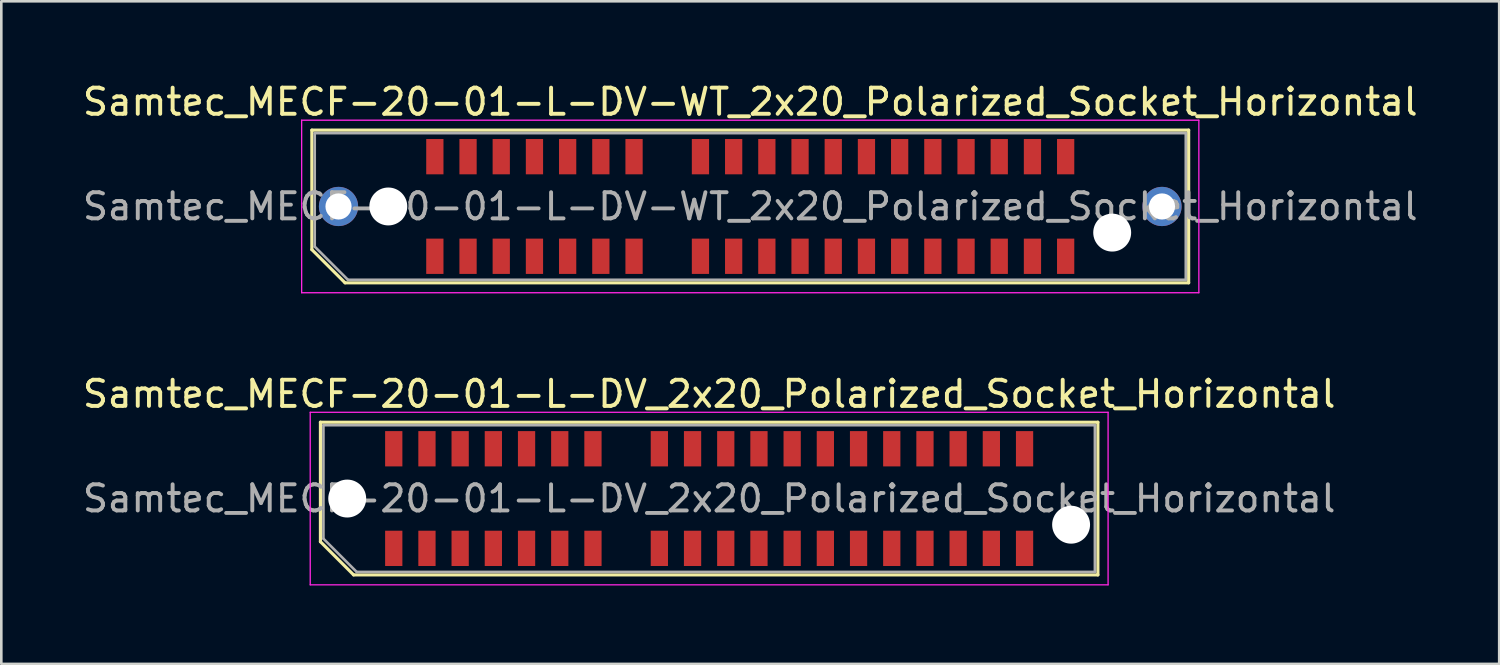
<source format=kicad_pcb>
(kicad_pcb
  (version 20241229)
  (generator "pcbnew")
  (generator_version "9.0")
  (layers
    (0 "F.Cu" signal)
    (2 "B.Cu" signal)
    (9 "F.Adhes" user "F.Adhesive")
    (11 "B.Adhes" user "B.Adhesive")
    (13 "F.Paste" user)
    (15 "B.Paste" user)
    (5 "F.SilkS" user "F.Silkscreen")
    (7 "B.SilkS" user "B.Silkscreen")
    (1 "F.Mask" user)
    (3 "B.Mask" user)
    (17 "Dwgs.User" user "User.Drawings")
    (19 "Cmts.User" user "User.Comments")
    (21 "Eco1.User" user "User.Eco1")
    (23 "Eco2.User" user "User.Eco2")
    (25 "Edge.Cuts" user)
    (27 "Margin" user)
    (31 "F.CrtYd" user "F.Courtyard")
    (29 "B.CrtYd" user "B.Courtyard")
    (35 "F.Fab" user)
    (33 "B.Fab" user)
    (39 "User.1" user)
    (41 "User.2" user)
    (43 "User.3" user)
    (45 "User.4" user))
  (footprint "Samtec_MECF-20-01-L-DV-WT_2x20_Polarized_Socket_Horizontal"
    (layer "F.Cu")
    (at 25.649 4.848)
    (property "Reference" "Samtec_MECF-20-01-L-DV-WT_2x20_Polarized_Socket_Horizontal" (at 0 -4 0) (layer "F.SilkS") (effects (font (size 1 1) (thickness 0.15))))
    (attr smd)
    (fp_line (start -16.77 -2.92) (end 16.77 -2.92) (stroke (width 0.12) (type solid)) (layer "F.SilkS"))
    (fp_line (start -16.77 1.65) (end -16.77 -2.92) (stroke (width 0.12) (type solid)) (layer "F.SilkS"))
    (fp_line (start -15.5 2.92) (end -16.77 1.65) (stroke (width 0.12) (type solid)) (layer "F.SilkS"))
    (fp_line (start -15.5 2.92) (end 16.77 2.92) (stroke (width 0.12) (type solid)) (layer "F.SilkS"))
    (fp_line (start 16.77 2.92) (end 16.77 -2.92) (stroke (width 0.12) (type solid)) (layer "F.SilkS"))
    (fp_line (start -17.16 -3.3) (end -17.16 3.3) (stroke (width 0.05) (type solid)) (layer "F.CrtYd"))
    (fp_line (start -17.16 3.3) (end 17.16 3.3) (stroke (width 0.05) (type solid)) (layer "F.CrtYd"))
    (fp_line (start 17.16 -3.3) (end -17.16 -3.3) (stroke (width 0.05) (type solid)) (layer "F.CrtYd"))
    (fp_line (start 17.16 3.3) (end 17.16 -3.3) (stroke (width 0.05) (type solid)) (layer "F.CrtYd"))
    (fp_line (start -16.66 -2.805) (end 16.66 -2.805) (stroke (width 0.1) (type solid)) (layer "F.Fab"))
    (fp_line (start -16.66 1.535) (end -16.66 -2.805) (stroke (width 0.1) (type solid)) (layer "F.Fab"))
    (fp_line (start -16.66 1.535) (end -15.39 2.805) (stroke (width 0.1) (type solid)) (layer "F.Fab"))
    (fp_line (start -15.39 2.805) (end 16.66 2.805) (stroke (width 0.1) (type solid)) (layer "F.Fab"))
    (fp_line (start 16.66 2.805) (end 16.66 -2.805) (stroke (width 0.1) (type solid)) (layer "F.Fab"))
    (fp_text user "${REFERENCE}" (at 0 0 0) (layer "F.Fab") (effects (font (size 1 1) (thickness 0.15))))
    (pad "" thru_hole circle (at -15.75 0) (size 1.5 1.5) (drill 1) (layers "*.Cu" "*.Mask"))
    (pad "" np_thru_hole circle (at -13.845 0) (size 1.45 1.45) (drill 1.45) (layers "*.Cu" "*.Mask"))
    (pad "" np_thru_hole circle (at 13.845 1) (size 1.45 1.45) (drill 1.45) (layers "*.Cu" "*.Mask"))
    (pad "" thru_hole circle (at 15.75 0) (size 1.5 1.5) (drill 1) (layers "*.Cu" "*.Mask"))
    (pad "1" smd rect (at -12.065 1.905) (size 0.66 1.35) (layers "F.Cu" "F.Mask" "F.Paste"))
    (pad "2" smd rect (at -12.065 -1.905) (size 0.66 1.35) (layers "F.Cu" "F.Mask" "F.Paste"))
    (pad "3" smd rect (at -10.795 1.905) (size 0.66 1.35) (layers "F.Cu" "F.Mask" "F.Paste"))
    (pad "4" smd rect (at -10.795 -1.905) (size 0.66 1.35) (layers "F.Cu" "F.Mask" "F.Paste"))
    (pad "5" smd rect (at -9.525 1.905) (size 0.66 1.35) (layers "F.Cu" "F.Mask" "F.Paste"))
    (pad "6" smd rect (at -9.525 -1.905) (size 0.66 1.35) (layers "F.Cu" "F.Mask" "F.Paste"))
    (pad "7" smd rect (at -8.255 1.905) (size 0.66 1.35) (layers "F.Cu" "F.Mask" "F.Paste"))
    (pad "8" smd rect (at -8.255 -1.905) (size 0.66 1.35) (layers "F.Cu" "F.Mask" "F.Paste"))
    (pad "9" smd rect (at -6.985 1.905) (size 0.66 1.35) (layers "F.Cu" "F.Mask" "F.Paste"))
    (pad "10" smd rect (at -6.985 -1.905) (size 0.66 1.35) (layers "F.Cu" "F.Mask" "F.Paste"))
    (pad "11" smd rect (at -5.715 1.905) (size 0.66 1.35) (layers "F.Cu" "F.Mask" "F.Paste"))
    (pad "12" smd rect (at -5.715 -1.905) (size 0.66 1.35) (layers "F.Cu" "F.Mask" "F.Paste"))
    (pad "13" smd rect (at -4.445 1.905) (size 0.66 1.35) (layers "F.Cu" "F.Mask" "F.Paste"))
    (pad "14" smd rect (at -4.445 -1.905) (size 0.66 1.35) (layers "F.Cu" "F.Mask" "F.Paste"))
    (pad "17" smd rect (at -1.905 1.905) (size 0.66 1.35) (layers "F.Cu" "F.Mask" "F.Paste"))
    (pad "18" smd rect (at -1.905 -1.905) (size 0.66 1.35) (layers "F.Cu" "F.Mask" "F.Paste"))
    (pad "19" smd rect (at -0.635 1.905) (size 0.66 1.35) (layers "F.Cu" "F.Mask" "F.Paste"))
    (pad "20" smd rect (at -0.635 -1.905) (size 0.66 1.35) (layers "F.Cu" "F.Mask" "F.Paste"))
    (pad "21" smd rect (at 0.635 1.905) (size 0.66 1.35) (layers "F.Cu" "F.Mask" "F.Paste"))
    (pad "22" smd rect (at 0.635 -1.905) (size 0.66 1.35) (layers "F.Cu" "F.Mask" "F.Paste"))
    (pad "23" smd rect (at 1.905 1.905) (size 0.66 1.35) (layers "F.Cu" "F.Mask" "F.Paste"))
    (pad "24" smd rect (at 1.905 -1.905) (size 0.66 1.35) (layers "F.Cu" "F.Mask" "F.Paste"))
    (pad "25" smd rect (at 3.175 1.905) (size 0.66 1.35) (layers "F.Cu" "F.Mask" "F.Paste"))
    (pad "26" smd rect (at 3.175 -1.905) (size 0.66 1.35) (layers "F.Cu" "F.Mask" "F.Paste"))
    (pad "27" smd rect (at 4.445 1.905) (size 0.66 1.35) (layers "F.Cu" "F.Mask" "F.Paste"))
    (pad "28" smd rect (at 4.445 -1.905) (size 0.66 1.35) (layers "F.Cu" "F.Mask" "F.Paste"))
    (pad "29" smd rect (at 5.715 1.905) (size 0.66 1.35) (layers "F.Cu" "F.Mask" "F.Paste"))
    (pad "30" smd rect (at 5.715 -1.905) (size 0.66 1.35) (layers "F.Cu" "F.Mask" "F.Paste"))
    (pad "31" smd rect (at 6.985 1.905) (size 0.66 1.35) (layers "F.Cu" "F.Mask" "F.Paste"))
    (pad "32" smd rect (at 6.985 -1.905) (size 0.66 1.35) (layers "F.Cu" "F.Mask" "F.Paste"))
    (pad "33" smd rect (at 8.255 1.905) (size 0.66 1.35) (layers "F.Cu" "F.Mask" "F.Paste"))
    (pad "34" smd rect (at 8.255 -1.905) (size 0.66 1.35) (layers "F.Cu" "F.Mask" "F.Paste"))
    (pad "35" smd rect (at 9.525 1.905) (size 0.66 1.35) (layers "F.Cu" "F.Mask" "F.Paste"))
    (pad "36" smd rect (at 9.525 -1.905) (size 0.66 1.35) (layers "F.Cu" "F.Mask" "F.Paste"))
    (pad "37" smd rect (at 10.795 1.905) (size 0.66 1.35) (layers "F.Cu" "F.Mask" "F.Paste"))
    (pad "38" smd rect (at 10.795 -1.905) (size 0.66 1.35) (layers "F.Cu" "F.Mask" "F.Paste"))
    (pad "39" smd rect (at 12.065 1.905) (size 0.66 1.35) (layers "F.Cu" "F.Mask" "F.Paste"))
    (pad "40" smd rect (at 12.065 -1.905) (size 0.66 1.35) (layers "F.Cu" "F.Mask" "F.Paste")))
  (footprint "Samtec_MECF-20-01-L-DV_2x20_Polarized_Socket_Horizontal"
    (layer "F.Cu")
    (at 24.077 16.021)
    (property "Reference" "Samtec_MECF-20-01-L-DV_2x20_Polarized_Socket_Horizontal" (at 0 -4 0) (layer "F.SilkS") (effects (font (size 1 1) (thickness 0.15))))
    (attr smd)
    (fp_line (start -14.87 -2.92) (end 14.87 -2.92) (stroke (width 0.12) (type solid)) (layer "F.SilkS"))
    (fp_line (start -14.87 1.65) (end -14.87 -2.92) (stroke (width 0.12) (type solid)) (layer "F.SilkS"))
    (fp_line (start -13.6 2.92) (end -14.87 1.65) (stroke (width 0.12) (type solid)) (layer "F.SilkS"))
    (fp_line (start -13.6 2.92) (end 14.87 2.92) (stroke (width 0.12) (type solid)) (layer "F.SilkS"))
    (fp_line (start 14.87 2.92) (end 14.87 -2.92) (stroke (width 0.12) (type solid)) (layer "F.SilkS"))
    (fp_line (start -15.26 -3.3) (end -15.26 3.3) (stroke (width 0.05) (type solid)) (layer "F.CrtYd"))
    (fp_line (start -15.26 3.3) (end 15.26 3.3) (stroke (width 0.05) (type solid)) (layer "F.CrtYd"))
    (fp_line (start 15.26 -3.3) (end -15.26 -3.3) (stroke (width 0.05) (type solid)) (layer "F.CrtYd"))
    (fp_line (start 15.26 3.3) (end 15.26 -3.3) (stroke (width 0.05) (type solid)) (layer "F.CrtYd"))
    (fp_line (start -14.755 -2.805) (end 14.755 -2.805) (stroke (width 0.1) (type solid)) (layer "F.Fab"))
    (fp_line (start -14.755 1.535) (end -14.755 -2.805) (stroke (width 0.1) (type solid)) (layer "F.Fab"))
    (fp_line (start -14.755 1.535) (end -13.485 2.805) (stroke (width 0.1) (type solid)) (layer "F.Fab"))
    (fp_line (start -13.485 2.805) (end 14.755 2.805) (stroke (width 0.1) (type solid)) (layer "F.Fab"))
    (fp_line (start 14.755 2.805) (end 14.755 -2.805) (stroke (width 0.1) (type solid)) (layer "F.Fab"))
    (fp_text user "${REFERENCE}" (at 0 0 0) (layer "F.Fab") (effects (font (size 1 1) (thickness 0.15))))
    (pad "" np_thru_hole circle (at -13.845 0) (size 1.45 1.45) (drill 1.45) (layers "*.Cu" "*.Mask"))
    (pad "" np_thru_hole circle (at 13.845 1) (size 1.45 1.45) (drill 1.45) (layers "*.Cu" "*.Mask"))
    (pad "1" smd rect (at -12.065 1.905) (size 0.66 1.35) (layers "F.Cu" "F.Mask" "F.Paste"))
    (pad "2" smd rect (at -12.065 -1.905) (size 0.66 1.35) (layers "F.Cu" "F.Mask" "F.Paste"))
    (pad "3" smd rect (at -10.795 1.905) (size 0.66 1.35) (layers "F.Cu" "F.Mask" "F.Paste"))
    (pad "4" smd rect (at -10.795 -1.905) (size 0.66 1.35) (layers "F.Cu" "F.Mask" "F.Paste"))
    (pad "5" smd rect (at -9.525 1.905) (size 0.66 1.35) (layers "F.Cu" "F.Mask" "F.Paste"))
    (pad "6" smd rect (at -9.525 -1.905) (size 0.66 1.35) (layers "F.Cu" "F.Mask" "F.Paste"))
    (pad "7" smd rect (at -8.255 1.905) (size 0.66 1.35) (layers "F.Cu" "F.Mask" "F.Paste"))
    (pad "8" smd rect (at -8.255 -1.905) (size 0.66 1.35) (layers "F.Cu" "F.Mask" "F.Paste"))
    (pad "9" smd rect (at -6.985 1.905) (size 0.66 1.35) (layers "F.Cu" "F.Mask" "F.Paste"))
    (pad "10" smd rect (at -6.985 -1.905) (size 0.66 1.35) (layers "F.Cu" "F.Mask" "F.Paste"))
    (pad "11" smd rect (at -5.715 1.905) (size 0.66 1.35) (layers "F.Cu" "F.Mask" "F.Paste"))
    (pad "12" smd rect (at -5.715 -1.905) (size 0.66 1.35) (layers "F.Cu" "F.Mask" "F.Paste"))
    (pad "13" smd rect (at -4.445 1.905) (size 0.66 1.35) (layers "F.Cu" "F.Mask" "F.Paste"))
    (pad "14" smd rect (at -4.445 -1.905) (size 0.66 1.35) (layers "F.Cu" "F.Mask" "F.Paste"))
    (pad "17" smd rect (at -1.905 1.905) (size 0.66 1.35) (layers "F.Cu" "F.Mask" "F.Paste"))
    (pad "18" smd rect (at -1.905 -1.905) (size 0.66 1.35) (layers "F.Cu" "F.Mask" "F.Paste"))
    (pad "19" smd rect (at -0.635 1.905) (size 0.66 1.35) (layers "F.Cu" "F.Mask" "F.Paste"))
    (pad "20" smd rect (at -0.635 -1.905) (size 0.66 1.35) (layers "F.Cu" "F.Mask" "F.Paste"))
    (pad "21" smd rect (at 0.635 1.905) (size 0.66 1.35) (layers "F.Cu" "F.Mask" "F.Paste"))
    (pad "22" smd rect (at 0.635 -1.905) (size 0.66 1.35) (layers "F.Cu" "F.Mask" "F.Paste"))
    (pad "23" smd rect (at 1.905 1.905) (size 0.66 1.35) (layers "F.Cu" "F.Mask" "F.Paste"))
    (pad "24" smd rect (at 1.905 -1.905) (size 0.66 1.35) (layers "F.Cu" "F.Mask" "F.Paste"))
    (pad "25" smd rect (at 3.175 1.905) (size 0.66 1.35) (layers "F.Cu" "F.Mask" "F.Paste"))
    (pad "26" smd rect (at 3.175 -1.905) (size 0.66 1.35) (layers "F.Cu" "F.Mask" "F.Paste"))
    (pad "27" smd rect (at 4.445 1.905) (size 0.66 1.35) (layers "F.Cu" "F.Mask" "F.Paste"))
    (pad "28" smd rect (at 4.445 -1.905) (size 0.66 1.35) (layers "F.Cu" "F.Mask" "F.Paste"))
    (pad "29" smd rect (at 5.715 1.905) (size 0.66 1.35) (layers "F.Cu" "F.Mask" "F.Paste"))
    (pad "30" smd rect (at 5.715 -1.905) (size 0.66 1.35) (layers "F.Cu" "F.Mask" "F.Paste"))
    (pad "31" smd rect (at 6.985 1.905) (size 0.66 1.35) (layers "F.Cu" "F.Mask" "F.Paste"))
    (pad "32" smd rect (at 6.985 -1.905) (size 0.66 1.35) (layers "F.Cu" "F.Mask" "F.Paste"))
    (pad "33" smd rect (at 8.255 1.905) (size 0.66 1.35) (layers "F.Cu" "F.Mask" "F.Paste"))
    (pad "34" smd rect (at 8.255 -1.905) (size 0.66 1.35) (layers "F.Cu" "F.Mask" "F.Paste"))
    (pad "35" smd rect (at 9.525 1.905) (size 0.66 1.35) (layers "F.Cu" "F.Mask" "F.Paste"))
    (pad "36" smd rect (at 9.525 -1.905) (size 0.66 1.35) (layers "F.Cu" "F.Mask" "F.Paste"))
    (pad "37" smd rect (at 10.795 1.905) (size 0.66 1.35) (layers "F.Cu" "F.Mask" "F.Paste"))
    (pad "38" smd rect (at 10.795 -1.905) (size 0.66 1.35) (layers "F.Cu" "F.Mask" "F.Paste"))
    (pad "39" smd rect (at 12.065 1.905) (size 0.66 1.35) (layers "F.Cu" "F.Mask" "F.Paste"))
    (pad "40" smd rect (at 12.065 -1.905) (size 0.66 1.35) (layers "F.Cu" "F.Mask" "F.Paste")))
  (gr_rect
    (start -3 -3)
    (end 54.298 22.346)
    (stroke (width 0.1) (type default))
    (fill no)
    (layer "Edge.Cuts")))
</source>
